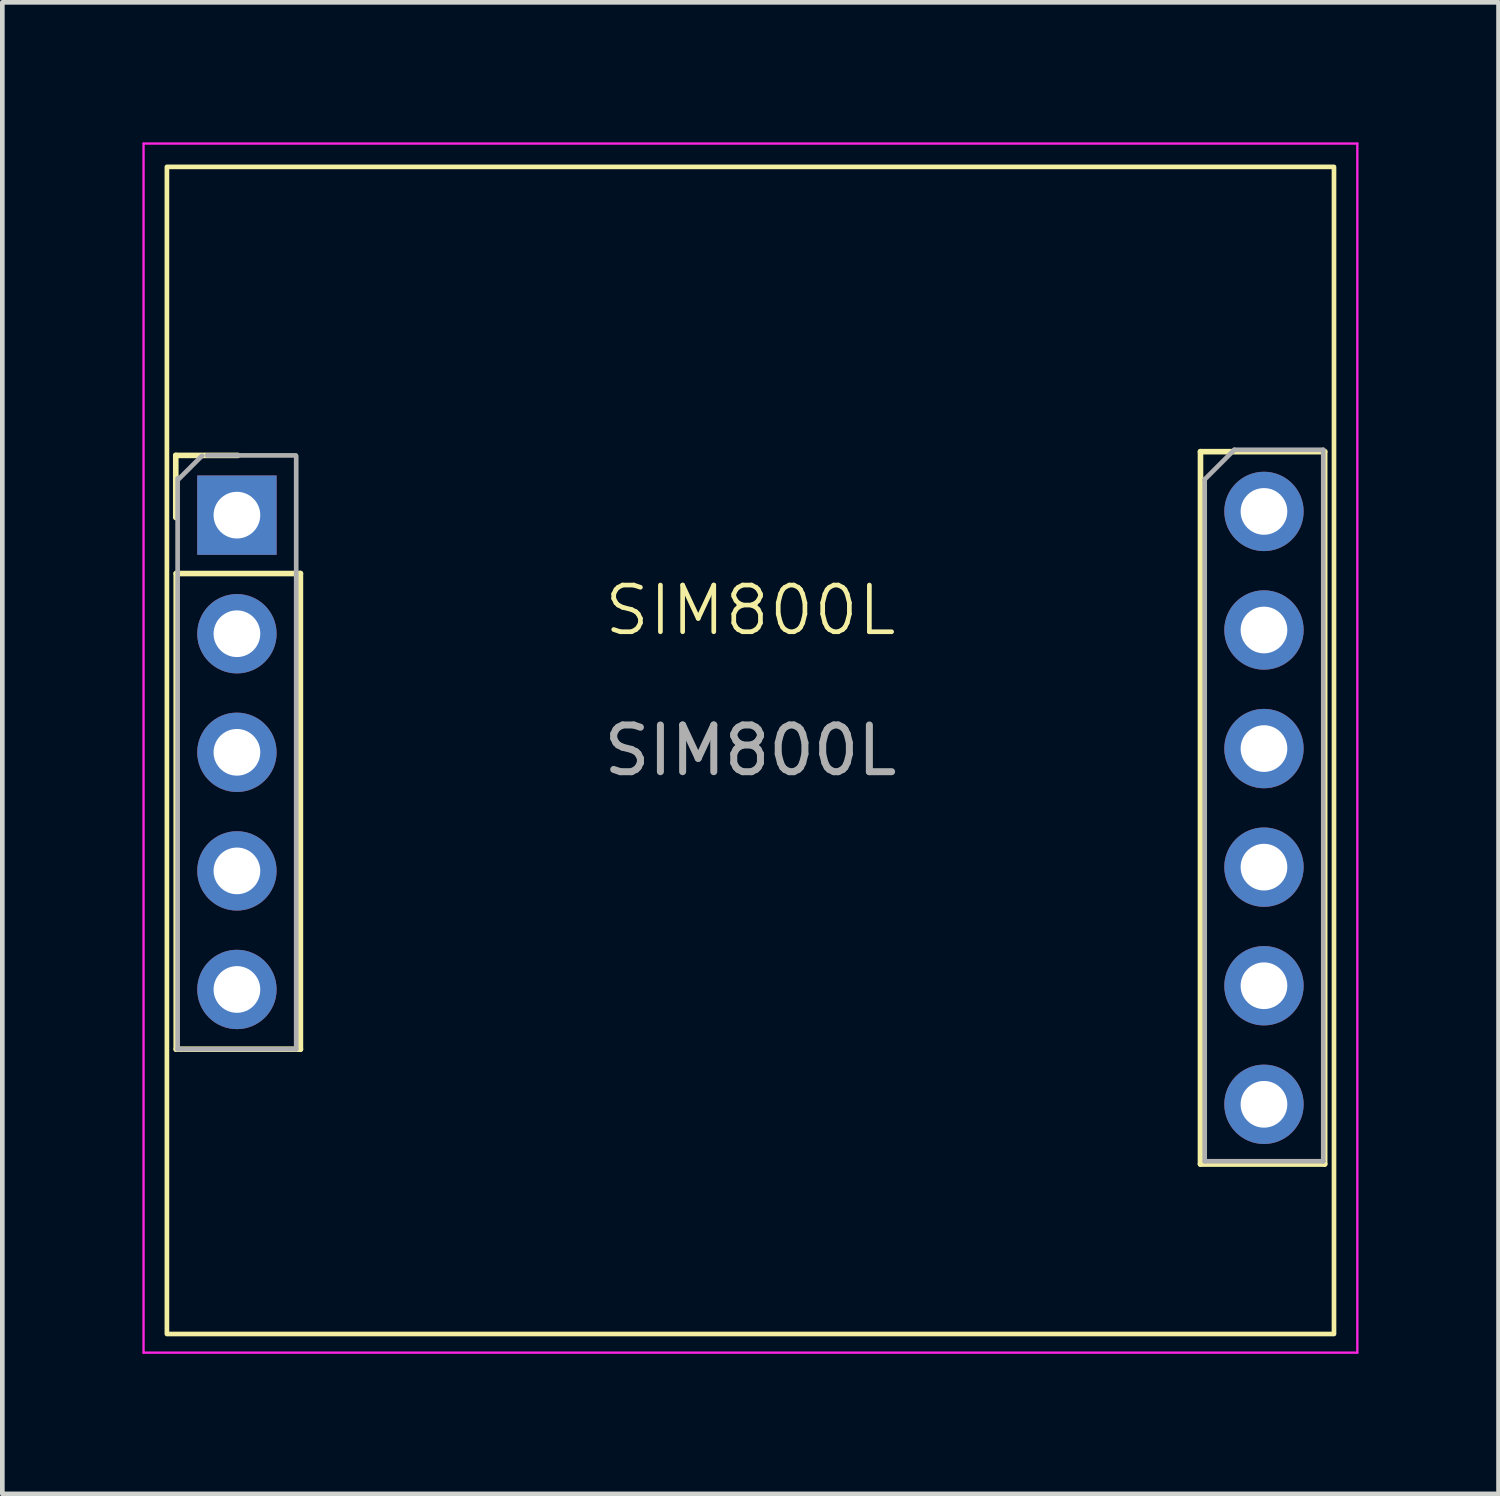
<source format=kicad_pcb>
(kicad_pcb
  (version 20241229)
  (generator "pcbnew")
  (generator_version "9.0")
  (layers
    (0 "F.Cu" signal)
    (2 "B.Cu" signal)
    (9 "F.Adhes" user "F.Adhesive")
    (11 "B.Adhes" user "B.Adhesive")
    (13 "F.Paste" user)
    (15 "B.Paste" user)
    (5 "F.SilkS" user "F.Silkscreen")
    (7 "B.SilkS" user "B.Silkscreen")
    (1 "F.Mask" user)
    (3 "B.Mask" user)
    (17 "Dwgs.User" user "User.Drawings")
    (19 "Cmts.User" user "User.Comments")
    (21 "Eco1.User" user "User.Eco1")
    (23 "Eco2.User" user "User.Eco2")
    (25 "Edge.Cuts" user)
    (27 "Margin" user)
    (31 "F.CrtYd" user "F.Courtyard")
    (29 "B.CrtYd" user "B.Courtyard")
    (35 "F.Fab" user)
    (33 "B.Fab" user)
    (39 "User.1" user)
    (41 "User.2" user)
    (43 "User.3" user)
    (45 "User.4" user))
  (footprint "SIM800L"
    (layer "F.Cu")
    (at 13.025 10.525)
    (property "Reference" "SIM800L" (at 0 -0.5 0) (unlocked yes) (layer "F.SilkS") (effects (font (size 1 1) (thickness 0.1))))
    (attr through_hole)
    (fp_line (start -12.31 -3.82) (end -10.98 -3.82) (stroke (width 0.12) (type solid)) (layer "F.SilkS"))
    (fp_line (start -12.31 -2.49) (end -12.31 -3.82) (stroke (width 0.12) (type solid)) (layer "F.SilkS"))
    (fp_line (start -12.3 -1.29) (end -12.3 8.9) (stroke (width 0.12) (type solid)) (layer "F.SilkS"))
    (fp_line (start -12.3 -1.29) (end -9.64 -1.29) (stroke (width 0.12) (type solid)) (layer "F.SilkS"))
    (fp_line (start -12.3 8.9) (end -9.64 8.9) (stroke (width 0.12) (type solid)) (layer "F.SilkS"))
    (fp_line (start -9.64 -1.29) (end -9.64 8.9) (stroke (width 0.12) (type solid)) (layer "F.SilkS"))
    (fp_line (start 9.64 -3.9) (end 9.64 11.36) (stroke (width 0.12) (type solid)) (layer "F.SilkS"))
    (fp_line (start 9.64 -3.9) (end 12.3 -3.9) (stroke (width 0.12) (type solid)) (layer "F.SilkS"))
    (fp_line (start 9.64 11.36) (end 12.3 11.36) (stroke (width 0.12) (type solid)) (layer "F.SilkS"))
    (fp_line (start 12.3 -3.9) (end 12.3 11.36) (stroke (width 0.12) (type solid)) (layer "F.SilkS"))
    (fp_rect (start -12.5 -10) (end 12.5 15) (stroke (width 0.1) (type default)) (fill no) (layer "F.SilkS"))
    (fp_line (start -13 -10.5) (end -13 15.4) (stroke (width 0.05) (type solid)) (layer "F.CrtYd"))
    (fp_line (start -13 15.4) (end 13 15.4) (stroke (width 0.05) (type default)) (layer "F.CrtYd"))
    (fp_line (start 13 -10.5) (end -13 -10.5) (stroke (width 0.05) (type default)) (layer "F.CrtYd"))
    (fp_line (start 13 -10.5) (end 13 15.4) (stroke (width 0.05) (type solid)) (layer "F.CrtYd"))
    (fp_line (start -12.27 8.9) (end -12.27 -3.33) (stroke (width 0.1) (type solid)) (layer "F.Fab"))
    (fp_line (start -12.246 -3.314) (end -11.749 -3.811) (stroke (width 0.1) (type solid)) (layer "F.Fab"))
    (fp_line (start -11.643 -3.82) (end -9.738 -3.82) (stroke (width 0.1) (type solid)) (layer "F.Fab"))
    (fp_line (start -9.73 -3.8) (end -9.73 8.9) (stroke (width 0.1) (type solid)) (layer "F.Fab"))
    (fp_line (start -9.73 8.9) (end -12.27 8.9) (stroke (width 0.1) (type solid)) (layer "F.Fab"))
    (fp_line (start 9.73 -3.305) (end 10.365 -3.94) (stroke (width 0.1) (type solid)) (layer "F.Fab"))
    (fp_line (start 9.73 11.3) (end 9.73 -3.305) (stroke (width 0.1) (type solid)) (layer "F.Fab"))
    (fp_line (start 10.365 -3.94) (end 12.27 -3.94) (stroke (width 0.1) (type solid)) (layer "F.Fab"))
    (fp_line (start 12.27 -3.94) (end 12.27 11.3) (stroke (width 0.1) (type solid)) (layer "F.Fab"))
    (fp_line (start 12.27 11.3) (end 9.73 11.3) (stroke (width 0.1) (type solid)) (layer "F.Fab"))
    (fp_text user "${REFERENCE}" (at 0 2.5 0) (unlocked yes) (layer "F.Fab") (effects (font (size 1 1) (thickness 0.15))))
    (pad "1" thru_hole rect (at -11 -2.54) (size 1.7 1.7) (drill 1) (layers "*.Cu" "*.Mask"))
    (pad "2" thru_hole circle (at -11 0) (size 1.7 1.7) (drill 1) (layers "*.Cu" "*.Mask"))
    (pad "3" thru_hole circle (at -11 2.54) (size 1.7 1.7) (drill 1) (layers "*.Cu" "*.Mask"))
    (pad "4" thru_hole circle (at -11 5.08) (size 1.7 1.7) (drill 1) (layers "*.Cu" "*.Mask"))
    (pad "5" thru_hole circle (at -11 7.62) (size 1.7 1.7) (drill 1) (layers "*.Cu" "*.Mask"))
    (pad "6" thru_hole circle (at 11 10.08) (size 1.7 1.7) (drill 1) (layers "*.Cu" "*.Mask"))
    (pad "7" thru_hole circle (at 11 7.54) (size 1.7 1.7) (drill 1) (layers "*.Cu" "*.Mask"))
    (pad "8" thru_hole circle (at 11 5) (size 1.7 1.7) (drill 1) (layers "*.Cu" "*.Mask"))
    (pad "9" thru_hole circle (at 11 2.46) (size 1.7 1.7) (drill 1) (layers "*.Cu" "*.Mask"))
    (pad "10" thru_hole circle (at 11 -0.08) (size 1.7 1.7) (drill 1) (layers "*.Cu" "*.Mask"))
    (pad "11" thru_hole circle (at 11 -2.62) (size 1.7 1.7) (drill 1) (layers "*.Cu" "*.Mask")))
  (gr_rect
    (start -3 -3)
    (end 29.05 28.95)
    (stroke (width 0.1) (type default))
    (fill no)
    (layer "Edge.Cuts")))
</source>
